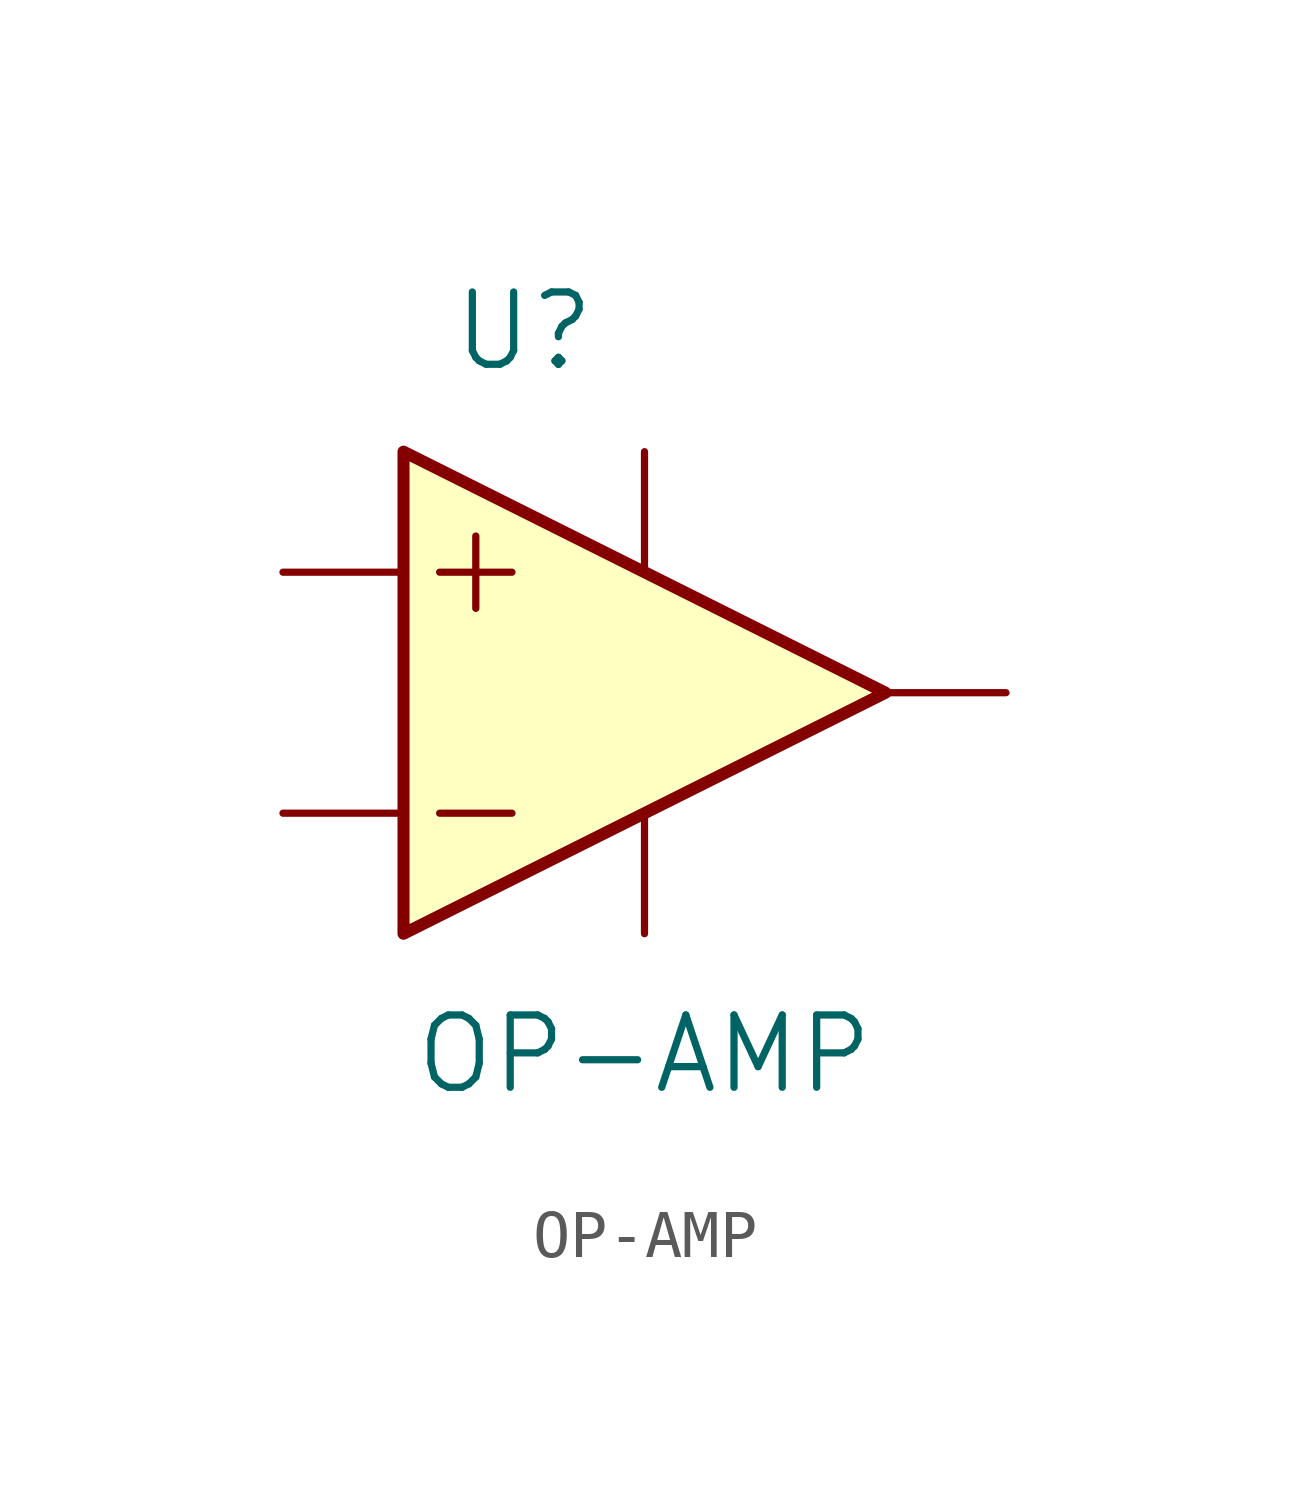
<source format=kicad_sym>
(kicad_symbol_lib
  (version 20211014)
  (generator kicad_symbol_editor)
  (symbol "OP-AMP"
    (pin_numbers hide)
    (pin_names
      (offset 0) hide)
    (property "Reference" "U"
      (at -2.54 7.62 0)
      (effects (font (size 1.524 1.524))))
    (property "Value" "OP-AMP"
      (at 0 -7.62 0)
      (effects (font (size 1.524 1.524))))
    (symbol "OP-AMP_0_1"
      (polyline (pts (xy -4.318 -2.54) (xy -2.794 -2.54)) (stroke (width 0) (type default) (color 0 0 0 0)) (fill (type none)))
      (polyline (pts (xy -4.318 2.54) (xy -2.794 2.54)) (stroke (width 0) (type default) (color 0 0 0 0)) (fill (type none)))
      (polyline (pts (xy -3.556 3.302) (xy -3.556 1.778)) (stroke (width 0) (type default) (color 0 0 0 0)) (fill (type none)))
      (polyline (pts (xy -5.08 5.08) (xy -5.08 -5.08) (xy 5.08 0) (xy -5.08 5.08)) (stroke (width 0.254) (type default) (color 0 0 0 0)) (fill (type background))))
    (symbol "OP-AMP_1_1"
      (pin input line (at -7.62 2.54 0) (length 2.54) (name "+Input" (effects (font (size 1.27 1.27)))) (number "~" (effects (font (size 1.27 1.27)))))
      (pin input line (at -7.62 -2.54 0) (length 2.54) (name "-Input" (effects (font (size 1.27 1.27)))) (number "~" (effects (font (size 1.27 1.27)))))
      (pin input line (at 7.62 0 180) (length 2.54) (name "Output" (effects (font (size 1.27 1.27)))) (number "~" (effects (font (size 1.27 1.27)))))
      (pin input line (at 0 5.08 270) (length 2.54) (name "Vs+" (effects (font (size 1.27 1.27)))) (number "~" (effects (font (size 1.27 1.27)))))
      (pin input line (at 0 -5.08 90) (length 2.54) (name "Vs-" (effects (font (size 1.27 1.27)))) (number "~" (effects (font (size 1.27 1.27))))))))
</source>
